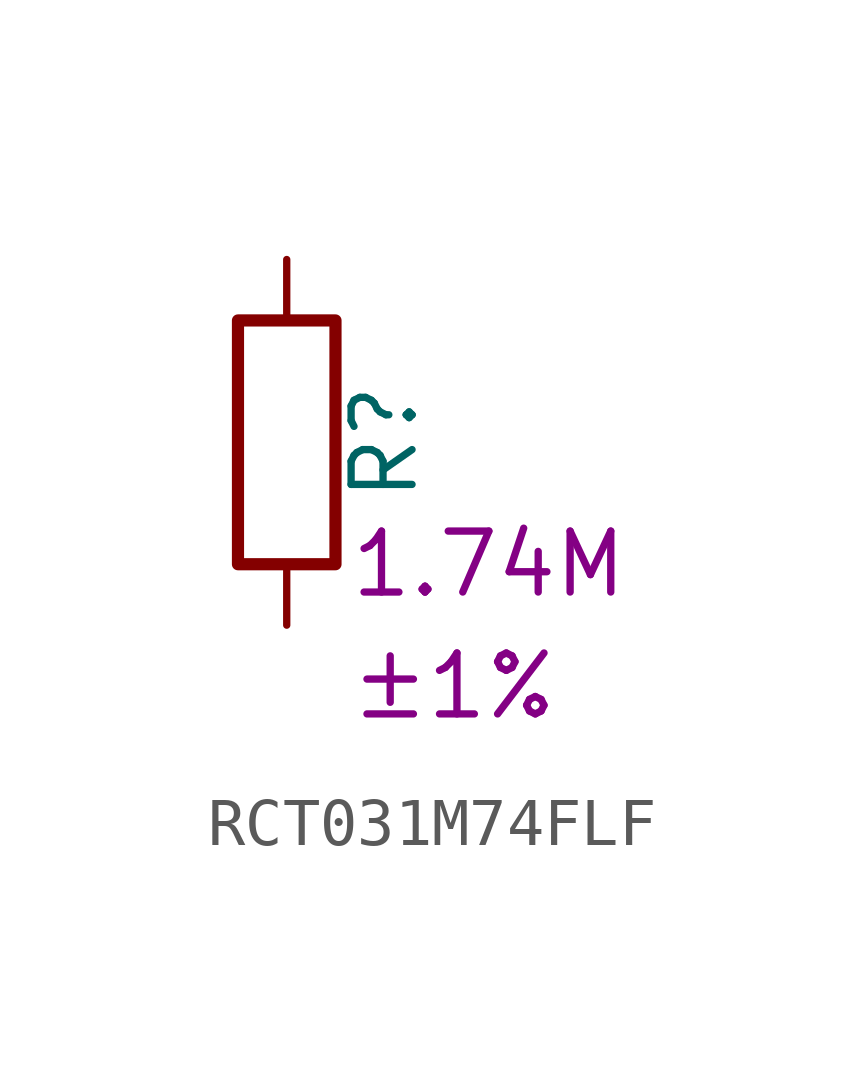
<source format=kicad_sym>
(kicad_symbol_lib
  (version 20220914)
  (generator kicad_symbol_editor)
  (symbol "RCT031M74FLF"
    (pin_numbers hide)
    (pin_names
      (offset 0))
    (property "Reference" "R"
      (at 2.032 0 90)
      (effects (font (size 1.27 1.27))))
    (property "Resistance" "1.74M"
      (at 1.27 -2.54 0)
      (effects (font (size 1.27 1.27)) (justify left)))
    (property "Tolerance" "±1%"
      (at 1.27 -5.08 0)
      (effects (font (size 1.27 1.27)) (justify left)))
    (symbol "RCT031M74FLF_0_1"
      (rectangle (start -1.016 -2.54) (end 1.016 2.54) (stroke (width 0.254) (type default)) (fill (type none))))
    (symbol "RCT031M74FLF_1_1"
      (pin passive line (at 0 3.81 270) (length 1.27) (name "~" (effects (font (size 1.27 1.27)))) (number "1" (effects (font (size 1.27 1.27)))))
      (pin passive line (at 0 -3.81 90) (length 1.27) (name "~" (effects (font (size 1.27 1.27)))) (number "2" (effects (font (size 1.27 1.27))))))))
</source>
